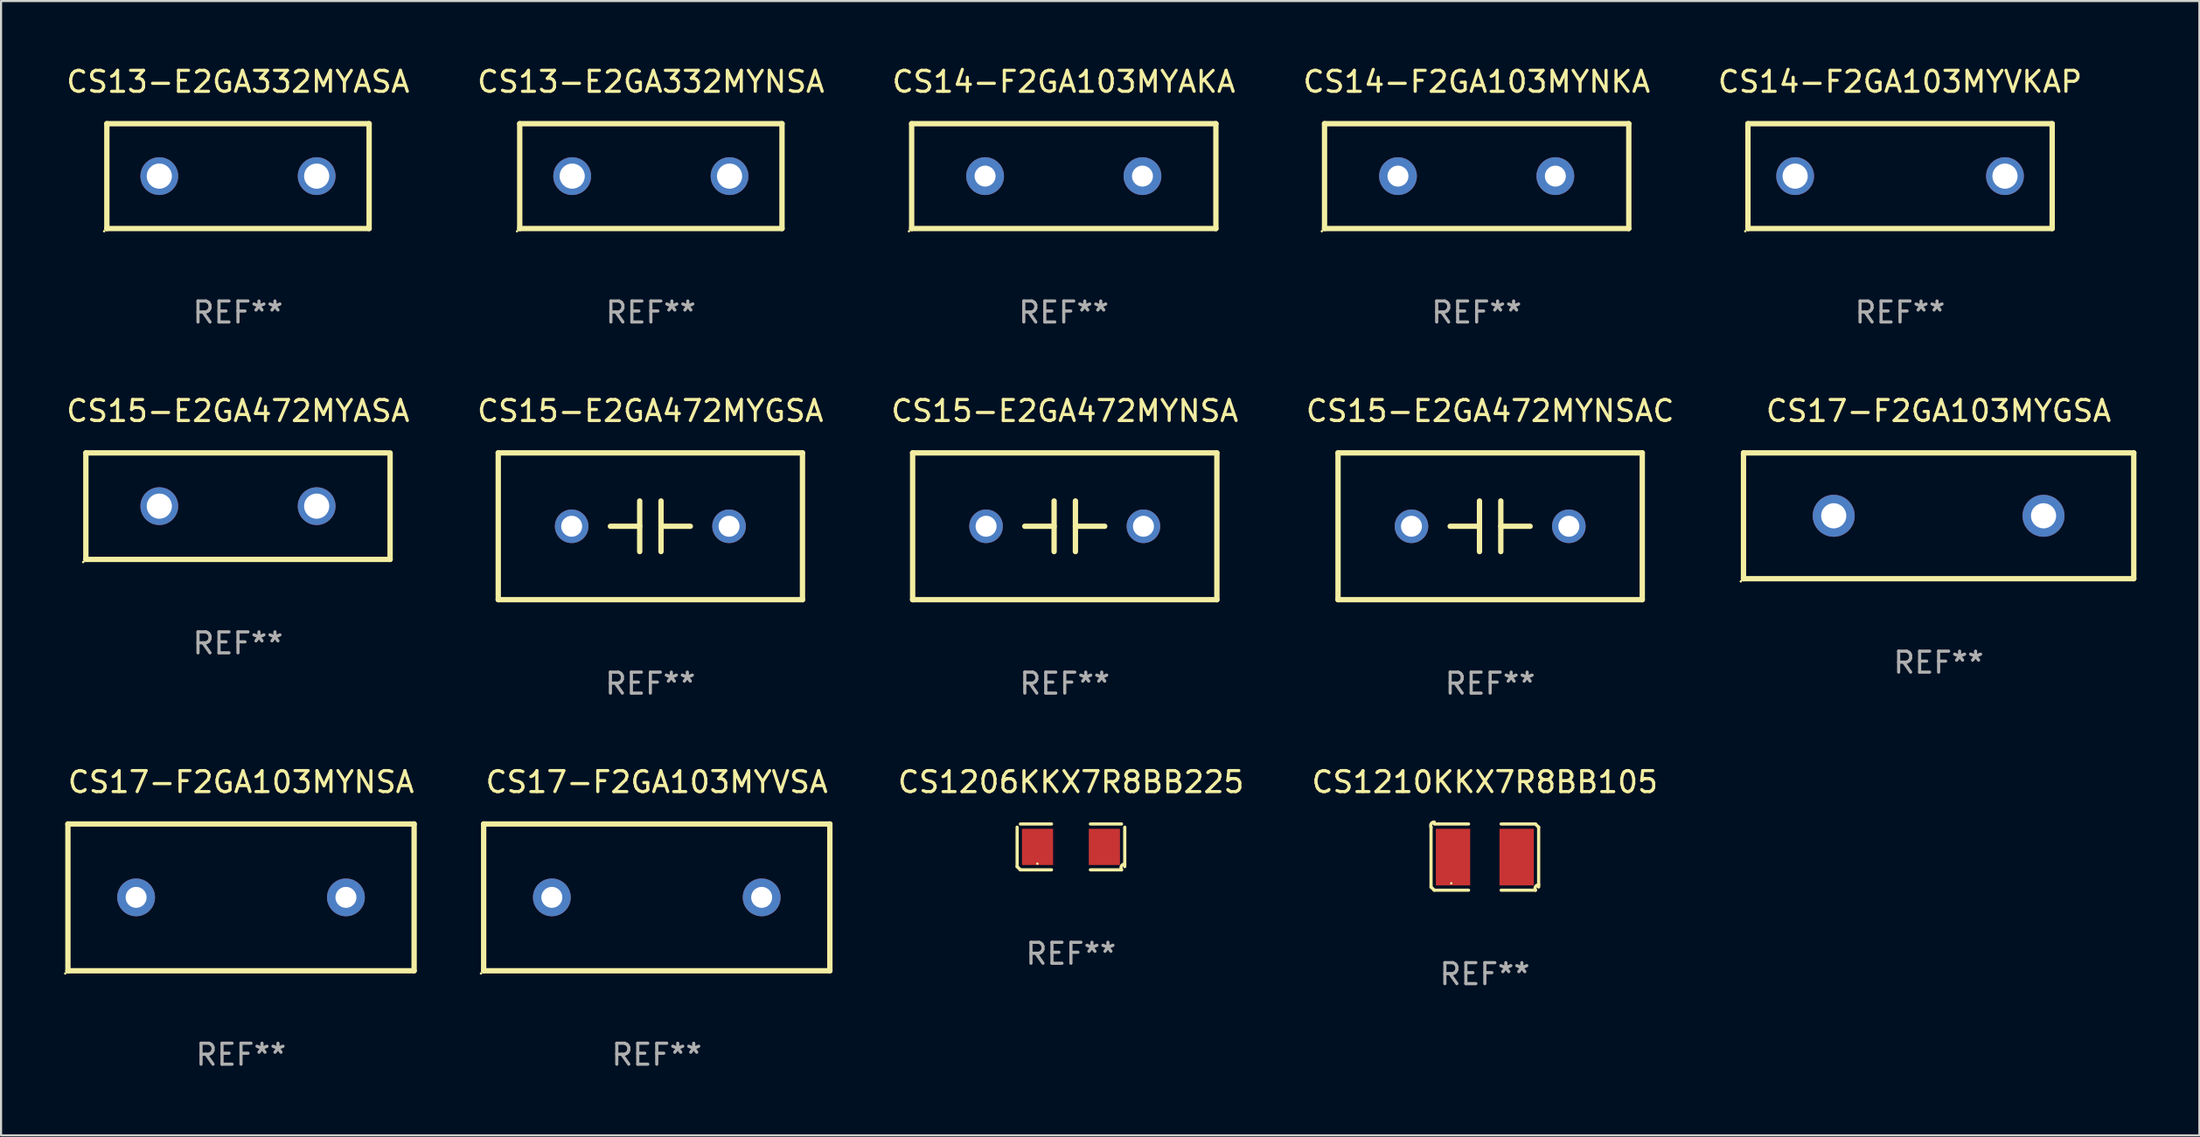
<source format=kicad_pcb>
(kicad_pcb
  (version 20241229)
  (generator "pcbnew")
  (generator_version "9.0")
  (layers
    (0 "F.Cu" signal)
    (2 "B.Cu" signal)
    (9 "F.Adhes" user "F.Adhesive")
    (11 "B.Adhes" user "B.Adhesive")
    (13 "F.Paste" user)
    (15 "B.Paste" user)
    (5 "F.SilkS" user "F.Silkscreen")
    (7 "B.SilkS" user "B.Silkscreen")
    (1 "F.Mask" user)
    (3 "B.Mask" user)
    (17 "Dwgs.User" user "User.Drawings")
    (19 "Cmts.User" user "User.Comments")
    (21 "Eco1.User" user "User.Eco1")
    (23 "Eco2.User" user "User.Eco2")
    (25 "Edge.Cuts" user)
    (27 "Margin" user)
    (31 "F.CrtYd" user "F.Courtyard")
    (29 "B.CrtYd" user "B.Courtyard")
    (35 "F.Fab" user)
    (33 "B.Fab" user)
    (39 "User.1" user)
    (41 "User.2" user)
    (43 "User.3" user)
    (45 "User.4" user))
  (footprint "CS17-F2GA103MYNSA"
    (layer "F.Cu")
    (at 8.437 39.741)
    (property "Reference" "CS17-F2GA103MYNSA" (at 0 -5.5 0) (layer "F.SilkS") (effects (font (size 1 1) (thickness 0.15))))
    (attr through_hole)
    (fp_line (start -8.25 -3.5) (end 8.25 -3.5) (stroke (width 0.254) (type solid)) (layer "F.SilkS"))
    (fp_line (start -8.25 3.5) (end -8.25 -3.5) (stroke (width 0.254) (type solid)) (layer "F.SilkS"))
    (fp_line (start 8.25 -3.5) (end 8.25 3.5) (stroke (width 0.254) (type solid)) (layer "F.SilkS"))
    (fp_line (start 8.25 3.5) (end -8.25 3.5) (stroke (width 0.254) (type solid)) (layer "F.SilkS"))
    (fp_circle (center -8.377 3.627) (end -8.347 3.627) (stroke (width 0.06) (type solid)) (fill no) (layer "F.SilkS"))
    (fp_text user "REF**" (at 0 7.5 0) (layer "F.Fab") (effects (font (size 1 1) (thickness 0.15))))
    (pad "1" thru_hole circle (at -5 0) (size 1.8 1.8) (drill 1) (layers "*.Cu" "*.Mask"))
    (pad "2" thru_hole circle (at 5 0) (size 1.8 1.8) (drill 1) (layers "*.Cu" "*.Mask")))
  (footprint "CS15-E2GA472MYGSA"
    (layer "F.Cu")
    (at 27.946 22.045)
    (property "Reference" "CS15-E2GA472MYGSA" (at 0 -5.5 0) (layer "F.SilkS") (effects (font (size 1 1) (thickness 0.15))))
    (attr through_hole)
    (fp_line (start -7.25 -3.5) (end -7.25 3.5) (stroke (width 0.254) (type solid)) (layer "F.SilkS"))
    (fp_line (start -7.25 -3.5) (end 7.25 -3.5) (stroke (width 0.254) (type solid)) (layer "F.SilkS"))
    (fp_line (start -0.508 -0.000025) (end -1.905 -0.000025) (stroke (width 0.254) (type solid)) (layer "F.SilkS"))
    (fp_line (start -0.508 1.207) (end -0.508 -1.207) (stroke (width 0.254) (type solid)) (layer "F.SilkS"))
    (fp_line (start 0.508 -1.207) (end 0.508 1.207) (stroke (width 0.254) (type solid)) (layer "F.SilkS"))
    (fp_line (start 0.508 0.000025) (end 1.905 0.000025) (stroke (width 0.254) (type solid)) (layer "F.SilkS"))
    (fp_line (start 7.25 3.5) (end -7.25 3.5) (stroke (width 0.254) (type solid)) (layer "F.SilkS"))
    (fp_line (start 7.25 -3.5) (end 7.25 3.5) (stroke (width 0.254) (type solid)) (layer "F.SilkS"))
    (fp_circle (center -7.25 3.5) (end -7.22 3.5) (stroke (width 0.06) (type solid)) (fill no) (layer "F.SilkS"))
    (fp_text user "REF**" (at 0 7.5 0) (layer "F.Fab") (effects (font (size 1 1) (thickness 0.15))))
    (pad "1" thru_hole circle (at -3.75 0) (size 1.6 1.6) (drill 1) (layers "*.Cu" "*.Mask"))
    (pad "2" thru_hole circle (at 3.75 0) (size 1.6 1.6) (drill 1) (layers "*.Cu" "*.Mask")))
  (footprint "CS15-E2GA472MYNSA"
    (layer "F.Cu")
    (at 47.696 22.045)
    (property "Reference" "CS15-E2GA472MYNSA" (at 0 -5.5 0) (layer "F.SilkS") (effects (font (size 1 1) (thickness 0.15))))
    (attr through_hole)
    (fp_line (start -7.25 -3.5) (end -7.25 3.5) (stroke (width 0.254) (type solid)) (layer "F.SilkS"))
    (fp_line (start -7.25 -3.5) (end 7.25 -3.5) (stroke (width 0.254) (type solid)) (layer "F.SilkS"))
    (fp_line (start -0.508 -0.000025) (end -1.905 -0.000025) (stroke (width 0.254) (type solid)) (layer "F.SilkS"))
    (fp_line (start -0.508 1.207) (end -0.508 -1.207) (stroke (width 0.254) (type solid)) (layer "F.SilkS"))
    (fp_line (start 0.508 -1.207) (end 0.508 1.207) (stroke (width 0.254) (type solid)) (layer "F.SilkS"))
    (fp_line (start 0.508 0.000025) (end 1.905 0.000025) (stroke (width 0.254) (type solid)) (layer "F.SilkS"))
    (fp_line (start 7.25 3.5) (end -7.25 3.5) (stroke (width 0.254) (type solid)) (layer "F.SilkS"))
    (fp_line (start 7.25 -3.5) (end 7.25 3.5) (stroke (width 0.254) (type solid)) (layer "F.SilkS"))
    (fp_circle (center -7.25 3.5) (end -7.22 3.5) (stroke (width 0.06) (type solid)) (fill no) (layer "F.SilkS"))
    (fp_text user "REF**" (at 0 7.5 0) (layer "F.Fab") (effects (font (size 1 1) (thickness 0.15))))
    (pad "1" thru_hole circle (at -3.75 0) (size 1.6 1.6) (drill 1) (layers "*.Cu" "*.Mask"))
    (pad "2" thru_hole circle (at 3.75 0) (size 1.6 1.6) (drill 1) (layers "*.Cu" "*.Mask")))
  (footprint "CS14-F2GA103MYNKA"
    (layer "F.Cu")
    (at 67.327 5.348)
    (property "Reference" "CS14-F2GA103MYNKA" (at 0 -4.5 0) (layer "F.SilkS") (effects (font (size 1 1) (thickness 0.15))))
    (attr through_hole)
    (fp_line (start -7.25 -2.5) (end -7.25 2.5) (stroke (width 0.254) (type solid)) (layer "F.SilkS"))
    (fp_line (start -7.25 -2.5) (end 7.25 -2.5) (stroke (width 0.254) (type solid)) (layer "F.SilkS"))
    (fp_line (start 7.25 2.5) (end -7.25 2.5) (stroke (width 0.254) (type solid)) (layer "F.SilkS"))
    (fp_line (start 7.25 -2.5) (end 7.25 2.5) (stroke (width 0.254) (type solid)) (layer "F.SilkS"))
    (fp_circle (center -7.377 2.627) (end -7.347 2.627) (stroke (width 0.06) (type solid)) (fill no) (layer "F.SilkS"))
    (fp_text user "REF**" (at 0 6.5 0) (layer "F.Fab") (effects (font (size 1 1) (thickness 0.15))))
    (pad "1" thru_hole circle (at -3.75 0) (size 1.8 1.8) (drill 1) (layers "*.Cu" "*.Mask"))
    (pad "2" thru_hole circle (at 3.75 0) (size 1.8 1.8) (drill 1) (layers "*.Cu" "*.Mask")))
  (footprint "CS13-E2GA332MYNSA"
    (layer "F.Cu")
    (at 27.97 5.348)
    (property "Reference" "CS13-E2GA332MYNSA" (at 0 -4.5 0) (layer "F.SilkS") (effects (font (size 1 1) (thickness 0.15))))
    (attr through_hole)
    (fp_line (start -6.25 -2.5) (end 6.25 -2.5) (stroke (width 0.254) (type solid)) (layer "F.SilkS"))
    (fp_line (start -6.25 2.5) (end -6.25 -2.5) (stroke (width 0.254) (type solid)) (layer "F.SilkS"))
    (fp_line (start 6.25 -2.5) (end 6.25 2.5) (stroke (width 0.254) (type solid)) (layer "F.SilkS"))
    (fp_line (start 6.25 2.5) (end -6.25 2.5) (stroke (width 0.254) (type solid)) (layer "F.SilkS"))
    (fp_circle (center -6.377 2.627) (end -6.347 2.627) (stroke (width 0.06) (type solid)) (fill no) (layer "F.SilkS"))
    (fp_text user "REF**" (at 0 6.5 0) (layer "F.Fab") (effects (font (size 1 1) (thickness 0.15))))
    (pad "1" thru_hole circle (at -3.75 0) (size 1.8 1.8) (drill 1.2) (layers "*.Cu" "*.Mask"))
    (pad "2" thru_hole circle (at 3.75 0) (size 1.8 1.8) (drill 1.2) (layers "*.Cu" "*.Mask")))
  (footprint "CS1210KKX7R8BB105"
    (layer "F.Cu")
    (at 67.717 37.82)
    (property "Reference" "CS1210KKX7R8BB105" (at 0 -3.579 0) (layer "F.SilkS") (effects (font (size 1 1) (thickness 0.15))))
    (attr through_hole)
    (fp_line (start -2.564 1.426) (end -2.564 -1.426) (stroke (width 0.152) (type solid)) (layer "F.SilkS"))
    (fp_line (start -2.411 -1.579) (end -0.776 -1.579) (stroke (width 0.152) (type solid)) (layer "F.SilkS"))
    (fp_line (start -0.776 1.579) (end -2.411 1.579) (stroke (width 0.152) (type solid)) (layer "F.SilkS"))
    (fp_line (start 0.776 1.579) (end 2.411 1.579) (stroke (width 0.152) (type solid)) (layer "F.SilkS"))
    (fp_line (start 2.411 -1.579) (end 0.776 -1.579) (stroke (width 0.152) (type solid)) (layer "F.SilkS"))
    (fp_line (start 2.564 1.426) (end 2.564 -1.426) (stroke (width 0.152) (type solid)) (layer "F.SilkS"))
    (fp_arc (start -2.563602 -1.426213) (mid -2.555597 -1.591233) (end -2.411201 -1.671518) (stroke (width 0.1524) (type solid)) (layer "F.SilkS"))
    (fp_arc (start -2.5636 1.426214) (mid -2.487389 1.502402) (end -2.411201 1.578613) (stroke (width 0.1524) (type solid)) (layer "F.SilkS"))
    (fp_arc (start 2.411197 -1.578618) (mid 2.487403 -1.502419) (end 2.563602 -1.426213) (stroke (width 0.1524) (type solid)) (layer "F.SilkS"))
    (fp_arc (start 2.411201 1.578613) (mid 2.416214 1.409455) (end 2.563602 1.32629) (stroke (width 0.1524) (type solid)) (layer "F.SilkS"))
    (fp_circle (center -1.6 1.25) (end -1.57 1.25) (stroke (width 0.06) (type solid)) (fill no) (layer "F.SilkS"))
    (fp_text user "REF**" (at 0 5.579 0) (layer "F.Fab") (effects (font (size 1 1) (thickness 0.15))))
    (pad "1" smd rect (at -1.517 0) (size 1.635 2.7) (layers "F.Cu" "F.Mask" "F.Paste"))
    (pad "2" smd rect (at 1.517 0) (size 1.635 2.7) (layers "F.Cu" "F.Mask" "F.Paste")))
  (footprint "CS13-E2GA332MYASA"
    (layer "F.Cu")
    (at 8.292 5.348)
    (property "Reference" "CS13-E2GA332MYASA" (at 0 -4.5 0) (layer "F.SilkS") (effects (font (size 1 1) (thickness 0.15))))
    (attr through_hole)
    (fp_line (start -6.25 -2.5) (end 6.25 -2.5) (stroke (width 0.254) (type solid)) (layer "F.SilkS"))
    (fp_line (start -6.25 2.5) (end -6.25 -2.5) (stroke (width 0.254) (type solid)) (layer "F.SilkS"))
    (fp_line (start 6.25 -2.5) (end 6.25 2.5) (stroke (width 0.254) (type solid)) (layer "F.SilkS"))
    (fp_line (start 6.25 2.5) (end -6.25 2.5) (stroke (width 0.254) (type solid)) (layer "F.SilkS"))
    (fp_circle (center -6.377 2.627) (end -6.347 2.627) (stroke (width 0.06) (type solid)) (fill no) (layer "F.SilkS"))
    (fp_text user "REF**" (at 0 6.5 0) (layer "F.Fab") (effects (font (size 1 1) (thickness 0.15))))
    (pad "1" thru_hole circle (at -3.75 0) (size 1.8 1.8) (drill 1.2) (layers "*.Cu" "*.Mask"))
    (pad "2" thru_hole circle (at 3.75 0) (size 1.8 1.8) (drill 1.2) (layers "*.Cu" "*.Mask")))
  (footprint "CS14-F2GA103MYAKA"
    (layer "F.Cu")
    (at 47.649 5.348)
    (property "Reference" "CS14-F2GA103MYAKA" (at 0 -4.5 0) (layer "F.SilkS") (effects (font (size 1 1) (thickness 0.15))))
    (attr through_hole)
    (fp_line (start -7.25 -2.5) (end -7.25 2.5) (stroke (width 0.254) (type solid)) (layer "F.SilkS"))
    (fp_line (start -7.25 -2.5) (end 7.25 -2.5) (stroke (width 0.254) (type solid)) (layer "F.SilkS"))
    (fp_line (start 7.25 2.5) (end -7.25 2.5) (stroke (width 0.254) (type solid)) (layer "F.SilkS"))
    (fp_line (start 7.25 -2.5) (end 7.25 2.5) (stroke (width 0.254) (type solid)) (layer "F.SilkS"))
    (fp_circle (center -7.377 2.627) (end -7.347 2.627) (stroke (width 0.06) (type solid)) (fill no) (layer "F.SilkS"))
    (fp_text user "REF**" (at 0 6.5 0) (layer "F.Fab") (effects (font (size 1 1) (thickness 0.15))))
    (pad "1" thru_hole circle (at -3.75 0) (size 1.8 1.8) (drill 1) (layers "*.Cu" "*.Mask"))
    (pad "2" thru_hole circle (at 3.75 0) (size 1.8 1.8) (drill 1) (layers "*.Cu" "*.Mask")))
  (footprint "CS1206KKX7R8BB225"
    (layer "F.Cu")
    (at 47.991 37.334)
    (property "Reference" "CS1206KKX7R8BB225" (at 0 -3.093 0) (layer "F.SilkS") (effects (font (size 1 1) (thickness 0.15))))
    (attr through_hole)
    (fp_line (start -2.564 0.94) (end -2.564 -0.94) (stroke (width 0.152) (type solid)) (layer "F.SilkS"))
    (fp_line (start -2.411 -1.093) (end -0.926 -1.093) (stroke (width 0.152) (type solid)) (layer "F.SilkS"))
    (fp_line (start -0.926 1.093) (end -2.411 1.093) (stroke (width 0.152) (type solid)) (layer "F.SilkS"))
    (fp_line (start 0.926 1.093) (end 2.411 1.093) (stroke (width 0.152) (type solid)) (layer "F.SilkS"))
    (fp_line (start 2.411 -1.093) (end 0.926 -1.093) (stroke (width 0.152) (type solid)) (layer "F.SilkS"))
    (fp_line (start 2.564 0.94) (end 2.564 -0.94) (stroke (width 0.152) (type solid)) (layer "F.SilkS"))
    (fp_arc (start -2.411201 1.092609) (mid -2.487413 1.01642) (end -2.563602 0.940208) (stroke (width 0.1524) (type solid)) (layer "F.SilkS"))
    (fp_arc (start 2.411201 1.092609) (mid 2.407159 0.911226) (end 2.563602 0.819347) (stroke (width 0.1524) (type solid)) (layer "F.SilkS"))
    (fp_circle (center -1.6 0.8) (end -1.57 0.8) (stroke (width 0.06) (type solid)) (fill no) (layer "F.SilkS"))
    (fp_text user "REF**" (at 0 5.093 0) (layer "F.Fab") (effects (font (size 1 1) (thickness 0.15))))
    (pad "1" smd rect (at -1.593 0) (size 1.485 1.728) (layers "F.Cu" "F.Mask" "F.Paste"))
    (pad "2" smd rect (at 1.593 0) (size 1.485 1.728) (layers "F.Cu" "F.Mask" "F.Paste")))
  (footprint "CS14-F2GA103MYVKAP"
    (layer "F.Cu")
    (at 87.506 5.348)
    (property "Reference" "CS14-F2GA103MYVKAP" (at 0 -4.5 0) (layer "F.SilkS") (effects (font (size 1 1) (thickness 0.15))))
    (attr through_hole)
    (fp_line (start -7.25 -2.5) (end -7.25 2.5) (stroke (width 0.254) (type solid)) (layer "F.SilkS"))
    (fp_line (start -7.25 -2.5) (end 7.25 -2.5) (stroke (width 0.254) (type solid)) (layer "F.SilkS"))
    (fp_line (start 7.25 2.5) (end -7.25 2.5) (stroke (width 0.254) (type solid)) (layer "F.SilkS"))
    (fp_line (start 7.25 -2.5) (end 7.25 2.5) (stroke (width 0.254) (type solid)) (layer "F.SilkS"))
    (fp_circle (center -7.377 2.627) (end -7.347 2.627) (stroke (width 0.06) (type solid)) (fill no) (layer "F.SilkS"))
    (fp_text user "REF**" (at 0 6.5 0) (layer "F.Fab") (effects (font (size 1 1) (thickness 0.15))))
    (pad "1" thru_hole circle (at -5 0) (size 1.8 1.8) (drill 1.2) (layers "*.Cu" "*.Mask"))
    (pad "2" thru_hole circle (at 5 0) (size 1.8 1.8) (drill 1.2) (layers "*.Cu" "*.Mask")))
  (footprint "CS17-F2GA103MYGSA"
    (layer "F.Cu")
    (at 89.344 21.545)
    (property "Reference" "CS17-F2GA103MYGSA" (at 0 -5 0) (layer "F.SilkS") (effects (font (size 1 1) (thickness 0.15))))
    (attr through_hole)
    (fp_line (start -9.3 -3) (end 9.3 -3) (stroke (width 0.254) (type solid)) (layer "F.SilkS"))
    (fp_line (start -9.3 3) (end -9.3 -3) (stroke (width 0.254) (type solid)) (layer "F.SilkS"))
    (fp_line (start 9.3 -3) (end 9.3 3) (stroke (width 0.254) (type solid)) (layer "F.SilkS"))
    (fp_line (start 9.3 3) (end -9.3 3) (stroke (width 0.254) (type solid)) (layer "F.SilkS"))
    (fp_circle (center -9.427 3.127) (end -9.397 3.127) (stroke (width 0.06) (type solid)) (fill no) (layer "F.SilkS"))
    (fp_text user "REF**" (at 0 7 0) (layer "F.Fab") (effects (font (size 1 1) (thickness 0.15))))
    (pad "1" thru_hole circle (at -5 0) (size 2 2) (drill 1.2) (layers "*.Cu" "*.Mask"))
    (pad "2" thru_hole circle (at 5 0) (size 2 2) (drill 1.2) (layers "*.Cu" "*.Mask")))
  (footprint "CS15-E2GA472MYNSAC"
    (layer "F.Cu")
    (at 67.97 22.045)
    (property "Reference" "CS15-E2GA472MYNSAC" (at 0 -5.5 0) (layer "F.SilkS") (effects (font (size 1 1) (thickness 0.15))))
    (attr through_hole)
    (fp_line (start -7.25 -3.5) (end -7.25 3.5) (stroke (width 0.254) (type solid)) (layer "F.SilkS"))
    (fp_line (start -7.25 -3.5) (end 7.25 -3.5) (stroke (width 0.254) (type solid)) (layer "F.SilkS"))
    (fp_line (start -0.508 -0.000025) (end -1.905 -0.000025) (stroke (width 0.254) (type solid)) (layer "F.SilkS"))
    (fp_line (start -0.508 1.207) (end -0.508 -1.207) (stroke (width 0.254) (type solid)) (layer "F.SilkS"))
    (fp_line (start 0.508 -1.207) (end 0.508 1.207) (stroke (width 0.254) (type solid)) (layer "F.SilkS"))
    (fp_line (start 0.508 0.000025) (end 1.905 0.000025) (stroke (width 0.254) (type solid)) (layer "F.SilkS"))
    (fp_line (start 7.25 3.5) (end -7.25 3.5) (stroke (width 0.254) (type solid)) (layer "F.SilkS"))
    (fp_line (start 7.25 -3.5) (end 7.25 3.5) (stroke (width 0.254) (type solid)) (layer "F.SilkS"))
    (fp_circle (center -7.25 3.5) (end -7.22 3.5) (stroke (width 0.06) (type solid)) (fill no) (layer "F.SilkS"))
    (fp_text user "REF**" (at 0 7.5 0) (layer "F.Fab") (effects (font (size 1 1) (thickness 0.15))))
    (pad "1" thru_hole circle (at -3.75 0) (size 1.6 1.6) (drill 1) (layers "*.Cu" "*.Mask"))
    (pad "2" thru_hole circle (at 3.75 0) (size 1.6 1.6) (drill 1) (layers "*.Cu" "*.Mask")))
  (footprint "CS15-E2GA472MYASA"
    (layer "F.Cu")
    (at 8.292 21.085)
    (property "Reference" "CS15-E2GA472MYASA" (at 0 -4.54 0) (layer "F.SilkS") (effects (font (size 1 1) (thickness 0.15))))
    (attr through_hole)
    (fp_line (start -7.25 -2.54) (end 7.135 -2.54) (stroke (width 0.254) (type solid)) (layer "F.SilkS"))
    (fp_line (start -7.25 2.54) (end -7.25 -2.54) (stroke (width 0.254) (type solid)) (layer "F.SilkS"))
    (fp_line (start 7.25 -2.54) (end 7.25 2.54) (stroke (width 0.254) (type solid)) (layer "F.SilkS"))
    (fp_line (start 7.25 2.54) (end -7.25 2.54) (stroke (width 0.254) (type solid)) (layer "F.SilkS"))
    (fp_circle (center -7.377 2.667) (end -7.347 2.667) (stroke (width 0.06) (type solid)) (fill no) (layer "F.SilkS"))
    (fp_text user "REF**" (at 0 6.54 0) (layer "F.Fab") (effects (font (size 1 1) (thickness 0.15))))
    (pad "1" thru_hole circle (at -3.75 0) (size 1.8 1.8) (drill 1.2) (layers "*.Cu" "*.Mask"))
    (pad "2" thru_hole circle (at 3.75 0) (size 1.8 1.8) (drill 1.2) (layers "*.Cu" "*.Mask")))
  (footprint "CS17-F2GA103MYVSA"
    (layer "F.Cu")
    (at 28.251 39.741)
    (property "Reference" "CS17-F2GA103MYVSA" (at 0 -5.5 0) (layer "F.SilkS") (effects (font (size 1 1) (thickness 0.15))))
    (attr through_hole)
    (fp_line (start -8.25 -3.5) (end 8.25 -3.5) (stroke (width 0.254) (type solid)) (layer "F.SilkS"))
    (fp_line (start -8.25 3.5) (end -8.25 -3.5) (stroke (width 0.254) (type solid)) (layer "F.SilkS"))
    (fp_line (start 8.25 -3.5) (end 8.25 3.5) (stroke (width 0.254) (type solid)) (layer "F.SilkS"))
    (fp_line (start 8.25 3.5) (end -8.25 3.5) (stroke (width 0.254) (type solid)) (layer "F.SilkS"))
    (fp_circle (center -8.377 3.627) (end -8.347 3.627) (stroke (width 0.06) (type solid)) (fill no) (layer "F.SilkS"))
    (fp_text user "REF**" (at 0 7.5 0) (layer "F.Fab") (effects (font (size 1 1) (thickness 0.15))))
    (pad "1" thru_hole circle (at -5 0) (size 1.8 1.8) (drill 1) (layers "*.Cu" "*.Mask"))
    (pad "2" thru_hole circle (at 5 0) (size 1.8 1.8) (drill 1) (layers "*.Cu" "*.Mask")))
  (gr_rect
    (start -3 -3)
    (end 101.771 51.09)
    (stroke (width 0.1) (type default))
    (fill no)
    (layer "Edge.Cuts")))
</source>
